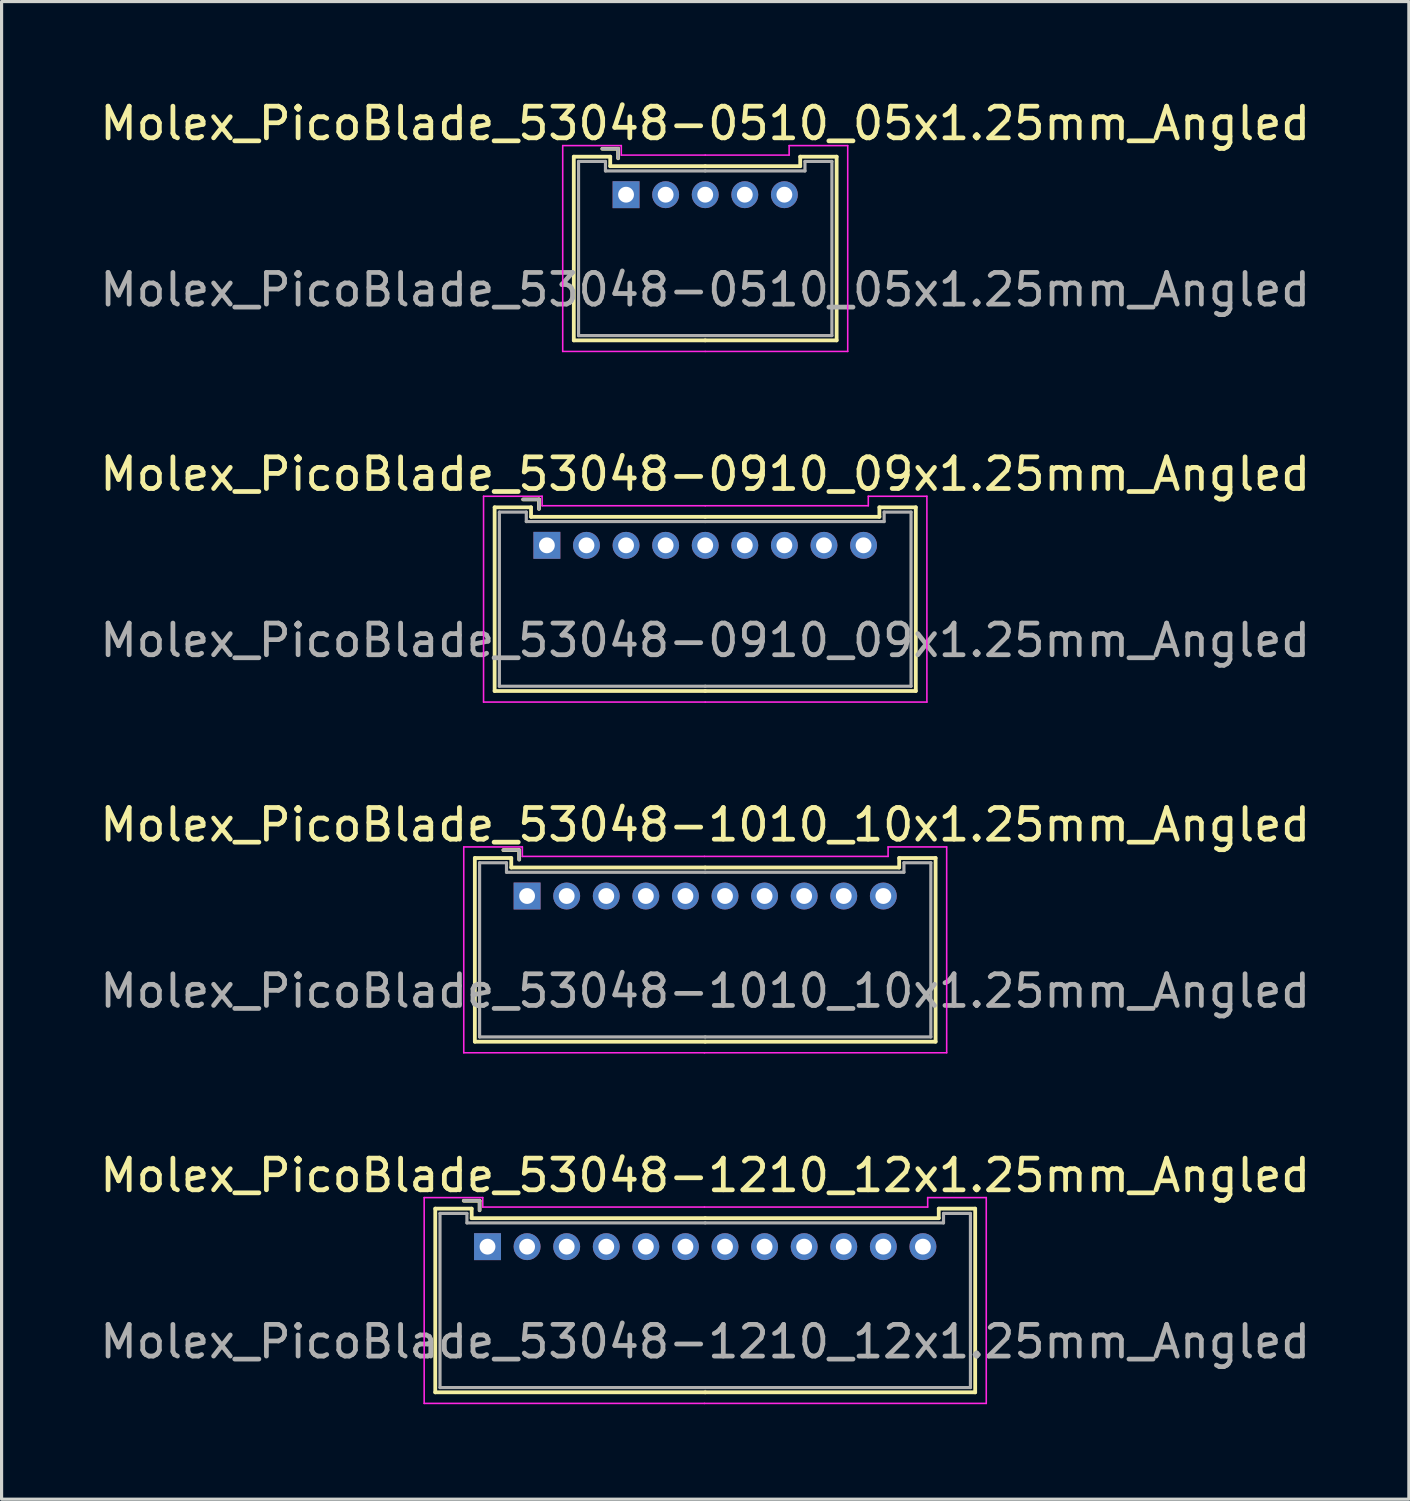
<source format=kicad_pcb>
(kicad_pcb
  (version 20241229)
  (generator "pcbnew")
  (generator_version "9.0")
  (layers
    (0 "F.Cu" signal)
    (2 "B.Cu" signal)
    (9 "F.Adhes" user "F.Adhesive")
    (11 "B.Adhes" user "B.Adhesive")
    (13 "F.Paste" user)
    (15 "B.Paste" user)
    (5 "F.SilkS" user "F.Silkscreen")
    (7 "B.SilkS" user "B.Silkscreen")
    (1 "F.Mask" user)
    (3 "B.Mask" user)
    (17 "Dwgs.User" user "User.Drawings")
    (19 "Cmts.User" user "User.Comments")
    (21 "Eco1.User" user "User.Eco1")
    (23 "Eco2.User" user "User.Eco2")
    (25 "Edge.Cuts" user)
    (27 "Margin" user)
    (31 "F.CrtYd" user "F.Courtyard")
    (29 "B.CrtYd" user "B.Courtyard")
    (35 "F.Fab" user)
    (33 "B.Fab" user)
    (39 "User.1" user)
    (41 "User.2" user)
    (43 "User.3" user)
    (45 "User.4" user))
  (footprint "Molex_PicoBlade_53048-0910_09x1.25mm_Angled"
    (layer "F.Cu")
    (at 14.22 14.171)
    (property "Reference" "Molex_PicoBlade_53048-0910_09x1.25mm_Angled" (at 5 -2.25 0) (layer "F.SilkS") (effects (font (size 1 1) (thickness 0.15))))
    (attr through_hole)
    (fp_line (start -1.65 -1.2) (end -1.65 4.6) (stroke (width 0.12) (type solid)) (layer "F.SilkS"))
    (fp_line (start -1.65 4.6) (end 5 4.6) (stroke (width 0.12) (type solid)) (layer "F.SilkS"))
    (fp_line (start -0.5 -1.2) (end -1.65 -1.2) (stroke (width 0.12) (type solid)) (layer "F.SilkS"))
    (fp_line (start -0.5 -0.9) (end -0.5 -1.2) (stroke (width 0.12) (type solid)) (layer "F.SilkS"))
    (fp_line (start -0.25 -1.45) (end -0.75 -1.45) (stroke (width 0.12) (type solid)) (layer "F.SilkS"))
    (fp_line (start -0.25 -1.15) (end -0.25 -1.45) (stroke (width 0.12) (type solid)) (layer "F.SilkS"))
    (fp_line (start 5 -0.9) (end -0.5 -0.9) (stroke (width 0.12) (type solid)) (layer "F.SilkS"))
    (fp_line (start 5 -0.9) (end 10.5 -0.9) (stroke (width 0.12) (type solid)) (layer "F.SilkS"))
    (fp_line (start 10.5 -1.2) (end 11.65 -1.2) (stroke (width 0.12) (type solid)) (layer "F.SilkS"))
    (fp_line (start 10.5 -0.9) (end 10.5 -1.2) (stroke (width 0.12) (type solid)) (layer "F.SilkS"))
    (fp_line (start 11.65 -1.2) (end 11.65 4.6) (stroke (width 0.12) (type solid)) (layer "F.SilkS"))
    (fp_line (start 11.65 4.6) (end 5 4.6) (stroke (width 0.12) (type solid)) (layer "F.SilkS"))
    (fp_line (start -2 -1.55) (end -2 4.95) (stroke (width 0.05) (type solid)) (layer "F.CrtYd"))
    (fp_line (start -2 4.95) (end 5 4.95) (stroke (width 0.05) (type solid)) (layer "F.CrtYd"))
    (fp_line (start -0.15 -1.55) (end -2 -1.55) (stroke (width 0.05) (type solid)) (layer "F.CrtYd"))
    (fp_line (start -0.15 -1.25) (end -0.15 -1.55) (stroke (width 0.05) (type solid)) (layer "F.CrtYd"))
    (fp_line (start 5 -1.25) (end -0.15 -1.25) (stroke (width 0.05) (type solid)) (layer "F.CrtYd"))
    (fp_line (start 5 -1.25) (end 10.15 -1.25) (stroke (width 0.05) (type solid)) (layer "F.CrtYd"))
    (fp_line (start 10.15 -1.55) (end 12 -1.55) (stroke (width 0.05) (type solid)) (layer "F.CrtYd"))
    (fp_line (start 10.15 -1.25) (end 10.15 -1.55) (stroke (width 0.05) (type solid)) (layer "F.CrtYd"))
    (fp_line (start 12 -1.55) (end 12 4.95) (stroke (width 0.05) (type solid)) (layer "F.CrtYd"))
    (fp_line (start 12 4.95) (end 5 4.95) (stroke (width 0.05) (type solid)) (layer "F.CrtYd"))
    (fp_line (start -1.5 -1.05) (end -1.5 4.45) (stroke (width 0.1) (type solid)) (layer "F.Fab"))
    (fp_line (start -1.5 4.45) (end 5 4.45) (stroke (width 0.1) (type solid)) (layer "F.Fab"))
    (fp_line (start -0.65 -1.05) (end -1.5 -1.05) (stroke (width 0.1) (type solid)) (layer "F.Fab"))
    (fp_line (start -0.65 -0.75) (end -0.65 -1.05) (stroke (width 0.1) (type solid)) (layer "F.Fab"))
    (fp_line (start -0.25 -1.45) (end -0.75 -1.45) (stroke (width 0.1) (type solid)) (layer "F.Fab"))
    (fp_line (start -0.25 -1.15) (end -0.25 -1.45) (stroke (width 0.1) (type solid)) (layer "F.Fab"))
    (fp_line (start 5 -0.75) (end -0.65 -0.75) (stroke (width 0.1) (type solid)) (layer "F.Fab"))
    (fp_line (start 5 -0.75) (end 10.65 -0.75) (stroke (width 0.1) (type solid)) (layer "F.Fab"))
    (fp_line (start 10.65 -1.05) (end 11.5 -1.05) (stroke (width 0.1) (type solid)) (layer "F.Fab"))
    (fp_line (start 10.65 -0.75) (end 10.65 -1.05) (stroke (width 0.1) (type solid)) (layer "F.Fab"))
    (fp_line (start 11.5 -1.05) (end 11.5 4.45) (stroke (width 0.1) (type solid)) (layer "F.Fab"))
    (fp_line (start 11.5 4.45) (end 5 4.45) (stroke (width 0.1) (type solid)) (layer "F.Fab"))
    (fp_text user "${REFERENCE}" (at 5 3 0) (layer "F.Fab") (effects (font (size 1 1) (thickness 0.15))))
    (pad "1" thru_hole rect (at 0 0) (size 0.85 0.85) (drill 0.5) (layers "*.Cu" "*.Mask"))
    (pad "2" thru_hole circle (at 1.25 0) (size 0.85 0.85) (drill 0.5) (layers "*.Cu" "*.Mask"))
    (pad "3" thru_hole circle (at 2.5 0) (size 0.85 0.85) (drill 0.5) (layers "*.Cu" "*.Mask"))
    (pad "4" thru_hole circle (at 3.75 0) (size 0.85 0.85) (drill 0.5) (layers "*.Cu" "*.Mask"))
    (pad "5" thru_hole circle (at 5 0) (size 0.85 0.85) (drill 0.5) (layers "*.Cu" "*.Mask"))
    (pad "6" thru_hole circle (at 6.25 0) (size 0.85 0.85) (drill 0.5) (layers "*.Cu" "*.Mask"))
    (pad "7" thru_hole circle (at 7.5 0) (size 0.85 0.85) (drill 0.5) (layers "*.Cu" "*.Mask"))
    (pad "8" thru_hole circle (at 8.75 0) (size 0.85 0.85) (drill 0.5) (layers "*.Cu" "*.Mask"))
    (pad "9" thru_hole circle (at 10 0) (size 0.85 0.85) (drill 0.5) (layers "*.Cu" "*.Mask")))
  (footprint "Molex_PicoBlade_53048-1010_10x1.25mm_Angled"
    (layer "F.Cu")
    (at 13.595 25.245)
    (property "Reference" "Molex_PicoBlade_53048-1010_10x1.25mm_Angled" (at 5.625 -2.25 0) (layer "F.SilkS") (effects (font (size 1 1) (thickness 0.15))))
    (attr through_hole)
    (fp_line (start -1.65 -1.2) (end -1.65 4.6) (stroke (width 0.12) (type solid)) (layer "F.SilkS"))
    (fp_line (start -1.65 4.6) (end 5.625 4.6) (stroke (width 0.12) (type solid)) (layer "F.SilkS"))
    (fp_line (start -0.5 -1.2) (end -1.65 -1.2) (stroke (width 0.12) (type solid)) (layer "F.SilkS"))
    (fp_line (start -0.5 -0.9) (end -0.5 -1.2) (stroke (width 0.12) (type solid)) (layer "F.SilkS"))
    (fp_line (start -0.25 -1.45) (end -0.75 -1.45) (stroke (width 0.12) (type solid)) (layer "F.SilkS"))
    (fp_line (start -0.25 -1.15) (end -0.25 -1.45) (stroke (width 0.12) (type solid)) (layer "F.SilkS"))
    (fp_line (start 5.625 -0.9) (end -0.5 -0.9) (stroke (width 0.12) (type solid)) (layer "F.SilkS"))
    (fp_line (start 5.625 -0.9) (end 11.75 -0.9) (stroke (width 0.12) (type solid)) (layer "F.SilkS"))
    (fp_line (start 11.75 -1.2) (end 12.9 -1.2) (stroke (width 0.12) (type solid)) (layer "F.SilkS"))
    (fp_line (start 11.75 -0.9) (end 11.75 -1.2) (stroke (width 0.12) (type solid)) (layer "F.SilkS"))
    (fp_line (start 12.9 -1.2) (end 12.9 4.6) (stroke (width 0.12) (type solid)) (layer "F.SilkS"))
    (fp_line (start 12.9 4.6) (end 5.625 4.6) (stroke (width 0.12) (type solid)) (layer "F.SilkS"))
    (fp_line (start -2 -1.55) (end -2 4.95) (stroke (width 0.05) (type solid)) (layer "F.CrtYd"))
    (fp_line (start -2 4.95) (end 5.6 4.95) (stroke (width 0.05) (type solid)) (layer "F.CrtYd"))
    (fp_line (start -0.15 -1.55) (end -2 -1.55) (stroke (width 0.05) (type solid)) (layer "F.CrtYd"))
    (fp_line (start -0.15 -1.25) (end -0.15 -1.55) (stroke (width 0.05) (type solid)) (layer "F.CrtYd"))
    (fp_line (start 5.6 -1.25) (end -0.15 -1.25) (stroke (width 0.05) (type solid)) (layer "F.CrtYd"))
    (fp_line (start 5.6 -1.25) (end 11.4 -1.25) (stroke (width 0.05) (type solid)) (layer "F.CrtYd"))
    (fp_line (start 11.4 -1.55) (end 13.25 -1.55) (stroke (width 0.05) (type solid)) (layer "F.CrtYd"))
    (fp_line (start 11.4 -1.25) (end 11.4 -1.55) (stroke (width 0.05) (type solid)) (layer "F.CrtYd"))
    (fp_line (start 13.25 -1.55) (end 13.25 4.95) (stroke (width 0.05) (type solid)) (layer "F.CrtYd"))
    (fp_line (start 13.25 4.95) (end 5.6 4.95) (stroke (width 0.05) (type solid)) (layer "F.CrtYd"))
    (fp_line (start -1.5 -1.05) (end -1.5 4.45) (stroke (width 0.1) (type solid)) (layer "F.Fab"))
    (fp_line (start -1.5 4.45) (end 5.625 4.45) (stroke (width 0.1) (type solid)) (layer "F.Fab"))
    (fp_line (start -0.65 -1.05) (end -1.5 -1.05) (stroke (width 0.1) (type solid)) (layer "F.Fab"))
    (fp_line (start -0.65 -0.75) (end -0.65 -1.05) (stroke (width 0.1) (type solid)) (layer "F.Fab"))
    (fp_line (start -0.25 -1.45) (end -0.75 -1.45) (stroke (width 0.1) (type solid)) (layer "F.Fab"))
    (fp_line (start -0.25 -1.15) (end -0.25 -1.45) (stroke (width 0.1) (type solid)) (layer "F.Fab"))
    (fp_line (start 5.625 -0.75) (end -0.65 -0.75) (stroke (width 0.1) (type solid)) (layer "F.Fab"))
    (fp_line (start 5.625 -0.75) (end 11.9 -0.75) (stroke (width 0.1) (type solid)) (layer "F.Fab"))
    (fp_line (start 11.9 -1.05) (end 12.75 -1.05) (stroke (width 0.1) (type solid)) (layer "F.Fab"))
    (fp_line (start 11.9 -0.75) (end 11.9 -1.05) (stroke (width 0.1) (type solid)) (layer "F.Fab"))
    (fp_line (start 12.75 -1.05) (end 12.75 4.45) (stroke (width 0.1) (type solid)) (layer "F.Fab"))
    (fp_line (start 12.75 4.45) (end 5.625 4.45) (stroke (width 0.1) (type solid)) (layer "F.Fab"))
    (fp_text user "${REFERENCE}" (at 5.625 3 0) (layer "F.Fab") (effects (font (size 1 1) (thickness 0.15))))
    (pad "1" thru_hole rect (at 0 0) (size 0.85 0.85) (drill 0.5) (layers "*.Cu" "*.Mask"))
    (pad "2" thru_hole circle (at 1.25 0) (size 0.85 0.85) (drill 0.5) (layers "*.Cu" "*.Mask"))
    (pad "3" thru_hole circle (at 2.5 0) (size 0.85 0.85) (drill 0.5) (layers "*.Cu" "*.Mask"))
    (pad "4" thru_hole circle (at 3.75 0) (size 0.85 0.85) (drill 0.5) (layers "*.Cu" "*.Mask"))
    (pad "5" thru_hole circle (at 5 0) (size 0.85 0.85) (drill 0.5) (layers "*.Cu" "*.Mask"))
    (pad "6" thru_hole circle (at 6.25 0) (size 0.85 0.85) (drill 0.5) (layers "*.Cu" "*.Mask"))
    (pad "7" thru_hole circle (at 7.5 0) (size 0.85 0.85) (drill 0.5) (layers "*.Cu" "*.Mask"))
    (pad "8" thru_hole circle (at 8.75 0) (size 0.85 0.85) (drill 0.5) (layers "*.Cu" "*.Mask"))
    (pad "9" thru_hole circle (at 10 0) (size 0.85 0.85) (drill 0.5) (layers "*.Cu" "*.Mask"))
    (pad "10" thru_hole circle (at 11.25 0) (size 0.85 0.85) (drill 0.5) (layers "*.Cu" "*.Mask")))
  (footprint "Molex_PicoBlade_53048-1210_12x1.25mm_Angled"
    (layer "F.Cu")
    (at 12.345 36.318)
    (property "Reference" "Molex_PicoBlade_53048-1210_12x1.25mm_Angled" (at 6.875 -2.25 0) (layer "F.SilkS") (effects (font (size 1 1) (thickness 0.15))))
    (attr through_hole)
    (fp_line (start -1.65 -1.2) (end -1.65 4.6) (stroke (width 0.12) (type solid)) (layer "F.SilkS"))
    (fp_line (start -1.65 4.6) (end 6.875 4.6) (stroke (width 0.12) (type solid)) (layer "F.SilkS"))
    (fp_line (start -0.5 -1.2) (end -1.65 -1.2) (stroke (width 0.12) (type solid)) (layer "F.SilkS"))
    (fp_line (start -0.5 -0.9) (end -0.5 -1.2) (stroke (width 0.12) (type solid)) (layer "F.SilkS"))
    (fp_line (start -0.25 -1.45) (end -0.75 -1.45) (stroke (width 0.12) (type solid)) (layer "F.SilkS"))
    (fp_line (start -0.25 -1.15) (end -0.25 -1.45) (stroke (width 0.12) (type solid)) (layer "F.SilkS"))
    (fp_line (start 6.875 -0.9) (end -0.5 -0.9) (stroke (width 0.12) (type solid)) (layer "F.SilkS"))
    (fp_line (start 6.875 -0.9) (end 14.25 -0.9) (stroke (width 0.12) (type solid)) (layer "F.SilkS"))
    (fp_line (start 14.25 -1.2) (end 15.4 -1.2) (stroke (width 0.12) (type solid)) (layer "F.SilkS"))
    (fp_line (start 14.25 -0.9) (end 14.25 -1.2) (stroke (width 0.12) (type solid)) (layer "F.SilkS"))
    (fp_line (start 15.4 -1.2) (end 15.4 4.6) (stroke (width 0.12) (type solid)) (layer "F.SilkS"))
    (fp_line (start 15.4 4.6) (end 6.875 4.6) (stroke (width 0.12) (type solid)) (layer "F.SilkS"))
    (fp_line (start -2 -1.55) (end -2 4.95) (stroke (width 0.05) (type solid)) (layer "F.CrtYd"))
    (fp_line (start -2 4.95) (end 6.85 4.95) (stroke (width 0.05) (type solid)) (layer "F.CrtYd"))
    (fp_line (start -0.15 -1.55) (end -2 -1.55) (stroke (width 0.05) (type solid)) (layer "F.CrtYd"))
    (fp_line (start -0.15 -1.25) (end -0.15 -1.55) (stroke (width 0.05) (type solid)) (layer "F.CrtYd"))
    (fp_line (start 6.85 -1.25) (end -0.15 -1.25) (stroke (width 0.05) (type solid)) (layer "F.CrtYd"))
    (fp_line (start 6.85 -1.25) (end 13.9 -1.25) (stroke (width 0.05) (type solid)) (layer "F.CrtYd"))
    (fp_line (start 13.9 -1.55) (end 15.75 -1.55) (stroke (width 0.05) (type solid)) (layer "F.CrtYd"))
    (fp_line (start 13.9 -1.25) (end 13.9 -1.55) (stroke (width 0.05) (type solid)) (layer "F.CrtYd"))
    (fp_line (start 15.75 -1.55) (end 15.75 4.95) (stroke (width 0.05) (type solid)) (layer "F.CrtYd"))
    (fp_line (start 15.75 4.95) (end 6.85 4.95) (stroke (width 0.05) (type solid)) (layer "F.CrtYd"))
    (fp_line (start -1.5 -1.05) (end -1.5 4.45) (stroke (width 0.1) (type solid)) (layer "F.Fab"))
    (fp_line (start -1.5 4.45) (end 6.875 4.45) (stroke (width 0.1) (type solid)) (layer "F.Fab"))
    (fp_line (start -0.65 -1.05) (end -1.5 -1.05) (stroke (width 0.1) (type solid)) (layer "F.Fab"))
    (fp_line (start -0.65 -0.75) (end -0.65 -1.05) (stroke (width 0.1) (type solid)) (layer "F.Fab"))
    (fp_line (start -0.25 -1.45) (end -0.75 -1.45) (stroke (width 0.1) (type solid)) (layer "F.Fab"))
    (fp_line (start -0.25 -1.15) (end -0.25 -1.45) (stroke (width 0.1) (type solid)) (layer "F.Fab"))
    (fp_line (start 6.875 -0.75) (end -0.65 -0.75) (stroke (width 0.1) (type solid)) (layer "F.Fab"))
    (fp_line (start 6.875 -0.75) (end 14.4 -0.75) (stroke (width 0.1) (type solid)) (layer "F.Fab"))
    (fp_line (start 14.4 -1.05) (end 15.25 -1.05) (stroke (width 0.1) (type solid)) (layer "F.Fab"))
    (fp_line (start 14.4 -0.75) (end 14.4 -1.05) (stroke (width 0.1) (type solid)) (layer "F.Fab"))
    (fp_line (start 15.25 -1.05) (end 15.25 4.45) (stroke (width 0.1) (type solid)) (layer "F.Fab"))
    (fp_line (start 15.25 4.45) (end 6.875 4.45) (stroke (width 0.1) (type solid)) (layer "F.Fab"))
    (fp_text user "${REFERENCE}" (at 6.875 3 0) (layer "F.Fab") (effects (font (size 1 1) (thickness 0.15))))
    (pad "1" thru_hole rect (at 0 0) (size 0.85 0.85) (drill 0.5) (layers "*.Cu" "*.Mask"))
    (pad "2" thru_hole circle (at 1.25 0) (size 0.85 0.85) (drill 0.5) (layers "*.Cu" "*.Mask"))
    (pad "3" thru_hole circle (at 2.5 0) (size 0.85 0.85) (drill 0.5) (layers "*.Cu" "*.Mask"))
    (pad "4" thru_hole circle (at 3.75 0) (size 0.85 0.85) (drill 0.5) (layers "*.Cu" "*.Mask"))
    (pad "5" thru_hole circle (at 5 0) (size 0.85 0.85) (drill 0.5) (layers "*.Cu" "*.Mask"))
    (pad "6" thru_hole circle (at 6.25 0) (size 0.85 0.85) (drill 0.5) (layers "*.Cu" "*.Mask"))
    (pad "7" thru_hole circle (at 7.5 0) (size 0.85 0.85) (drill 0.5) (layers "*.Cu" "*.Mask"))
    (pad "8" thru_hole circle (at 8.75 0) (size 0.85 0.85) (drill 0.5) (layers "*.Cu" "*.Mask"))
    (pad "9" thru_hole circle (at 10 0) (size 0.85 0.85) (drill 0.5) (layers "*.Cu" "*.Mask"))
    (pad "10" thru_hole circle (at 11.25 0) (size 0.85 0.85) (drill 0.5) (layers "*.Cu" "*.Mask"))
    (pad "11" thru_hole circle (at 12.5 0) (size 0.85 0.85) (drill 0.5) (layers "*.Cu" "*.Mask"))
    (pad "12" thru_hole circle (at 13.75 0) (size 0.85 0.85) (drill 0.5) (layers "*.Cu" "*.Mask")))
  (footprint "Molex_PicoBlade_53048-0510_05x1.25mm_Angled"
    (layer "F.Cu")
    (at 16.72 3.098)
    (property "Reference" "Molex_PicoBlade_53048-0510_05x1.25mm_Angled" (at 2.5 -2.25 0) (layer "F.SilkS") (effects (font (size 1 1) (thickness 0.15))))
    (attr through_hole)
    (fp_line (start -1.65 -1.2) (end -1.65 4.6) (stroke (width 0.12) (type solid)) (layer "F.SilkS"))
    (fp_line (start -1.65 4.6) (end 2.5 4.6) (stroke (width 0.12) (type solid)) (layer "F.SilkS"))
    (fp_line (start -0.5 -1.2) (end -1.65 -1.2) (stroke (width 0.12) (type solid)) (layer "F.SilkS"))
    (fp_line (start -0.5 -0.9) (end -0.5 -1.2) (stroke (width 0.12) (type solid)) (layer "F.SilkS"))
    (fp_line (start -0.25 -1.45) (end -0.75 -1.45) (stroke (width 0.12) (type solid)) (layer "F.SilkS"))
    (fp_line (start -0.25 -1.15) (end -0.25 -1.45) (stroke (width 0.12) (type solid)) (layer "F.SilkS"))
    (fp_line (start 2.5 -0.9) (end -0.5 -0.9) (stroke (width 0.12) (type solid)) (layer "F.SilkS"))
    (fp_line (start 2.5 -0.9) (end 5.5 -0.9) (stroke (width 0.12) (type solid)) (layer "F.SilkS"))
    (fp_line (start 5.5 -1.2) (end 6.65 -1.2) (stroke (width 0.12) (type solid)) (layer "F.SilkS"))
    (fp_line (start 5.5 -0.9) (end 5.5 -1.2) (stroke (width 0.12) (type solid)) (layer "F.SilkS"))
    (fp_line (start 6.65 -1.2) (end 6.65 4.6) (stroke (width 0.12) (type solid)) (layer "F.SilkS"))
    (fp_line (start 6.65 4.6) (end 2.5 4.6) (stroke (width 0.12) (type solid)) (layer "F.SilkS"))
    (fp_line (start -2 -1.55) (end -2 4.95) (stroke (width 0.05) (type solid)) (layer "F.CrtYd"))
    (fp_line (start -2 4.95) (end 2.5 4.95) (stroke (width 0.05) (type solid)) (layer "F.CrtYd"))
    (fp_line (start -0.15 -1.55) (end -2 -1.55) (stroke (width 0.05) (type solid)) (layer "F.CrtYd"))
    (fp_line (start -0.15 -1.25) (end -0.15 -1.55) (stroke (width 0.05) (type solid)) (layer "F.CrtYd"))
    (fp_line (start 2.5 -1.25) (end -0.15 -1.25) (stroke (width 0.05) (type solid)) (layer "F.CrtYd"))
    (fp_line (start 2.5 -1.25) (end 5.15 -1.25) (stroke (width 0.05) (type solid)) (layer "F.CrtYd"))
    (fp_line (start 5.15 -1.55) (end 7 -1.55) (stroke (width 0.05) (type solid)) (layer "F.CrtYd"))
    (fp_line (start 5.15 -1.25) (end 5.15 -1.55) (stroke (width 0.05) (type solid)) (layer "F.CrtYd"))
    (fp_line (start 7 -1.55) (end 7 4.95) (stroke (width 0.05) (type solid)) (layer "F.CrtYd"))
    (fp_line (start 7 4.95) (end 2.5 4.95) (stroke (width 0.05) (type solid)) (layer "F.CrtYd"))
    (fp_line (start -1.5 -1.05) (end -1.5 4.45) (stroke (width 0.1) (type solid)) (layer "F.Fab"))
    (fp_line (start -1.5 4.45) (end 2.5 4.45) (stroke (width 0.1) (type solid)) (layer "F.Fab"))
    (fp_line (start -0.65 -1.05) (end -1.5 -1.05) (stroke (width 0.1) (type solid)) (layer "F.Fab"))
    (fp_line (start -0.65 -0.75) (end -0.65 -1.05) (stroke (width 0.1) (type solid)) (layer "F.Fab"))
    (fp_line (start -0.25 -1.45) (end -0.75 -1.45) (stroke (width 0.1) (type solid)) (layer "F.Fab"))
    (fp_line (start -0.25 -1.15) (end -0.25 -1.45) (stroke (width 0.1) (type solid)) (layer "F.Fab"))
    (fp_line (start 2.5 -0.75) (end -0.65 -0.75) (stroke (width 0.1) (type solid)) (layer "F.Fab"))
    (fp_line (start 2.5 -0.75) (end 5.65 -0.75) (stroke (width 0.1) (type solid)) (layer "F.Fab"))
    (fp_line (start 5.65 -1.05) (end 6.5 -1.05) (stroke (width 0.1) (type solid)) (layer "F.Fab"))
    (fp_line (start 5.65 -0.75) (end 5.65 -1.05) (stroke (width 0.1) (type solid)) (layer "F.Fab"))
    (fp_line (start 6.5 -1.05) (end 6.5 4.45) (stroke (width 0.1) (type solid)) (layer "F.Fab"))
    (fp_line (start 6.5 4.45) (end 2.5 4.45) (stroke (width 0.1) (type solid)) (layer "F.Fab"))
    (fp_text user "${REFERENCE}" (at 2.5 3 0) (layer "F.Fab") (effects (font (size 1 1) (thickness 0.15))))
    (pad "1" thru_hole rect (at 0 0) (size 0.85 0.85) (drill 0.5) (layers "*.Cu" "*.Mask"))
    (pad "2" thru_hole circle (at 1.25 0) (size 0.85 0.85) (drill 0.5) (layers "*.Cu" "*.Mask"))
    (pad "3" thru_hole circle (at 2.5 0) (size 0.85 0.85) (drill 0.5) (layers "*.Cu" "*.Mask"))
    (pad "4" thru_hole circle (at 3.75 0) (size 0.85 0.85) (drill 0.5) (layers "*.Cu" "*.Mask"))
    (pad "5" thru_hole circle (at 5 0) (size 0.85 0.85) (drill 0.5) (layers "*.Cu" "*.Mask")))
  (gr_rect
    (start -3 -3)
    (end 41.44 44.293)
    (stroke (width 0.1) (type default))
    (fill no)
    (layer "Edge.Cuts")))
</source>
